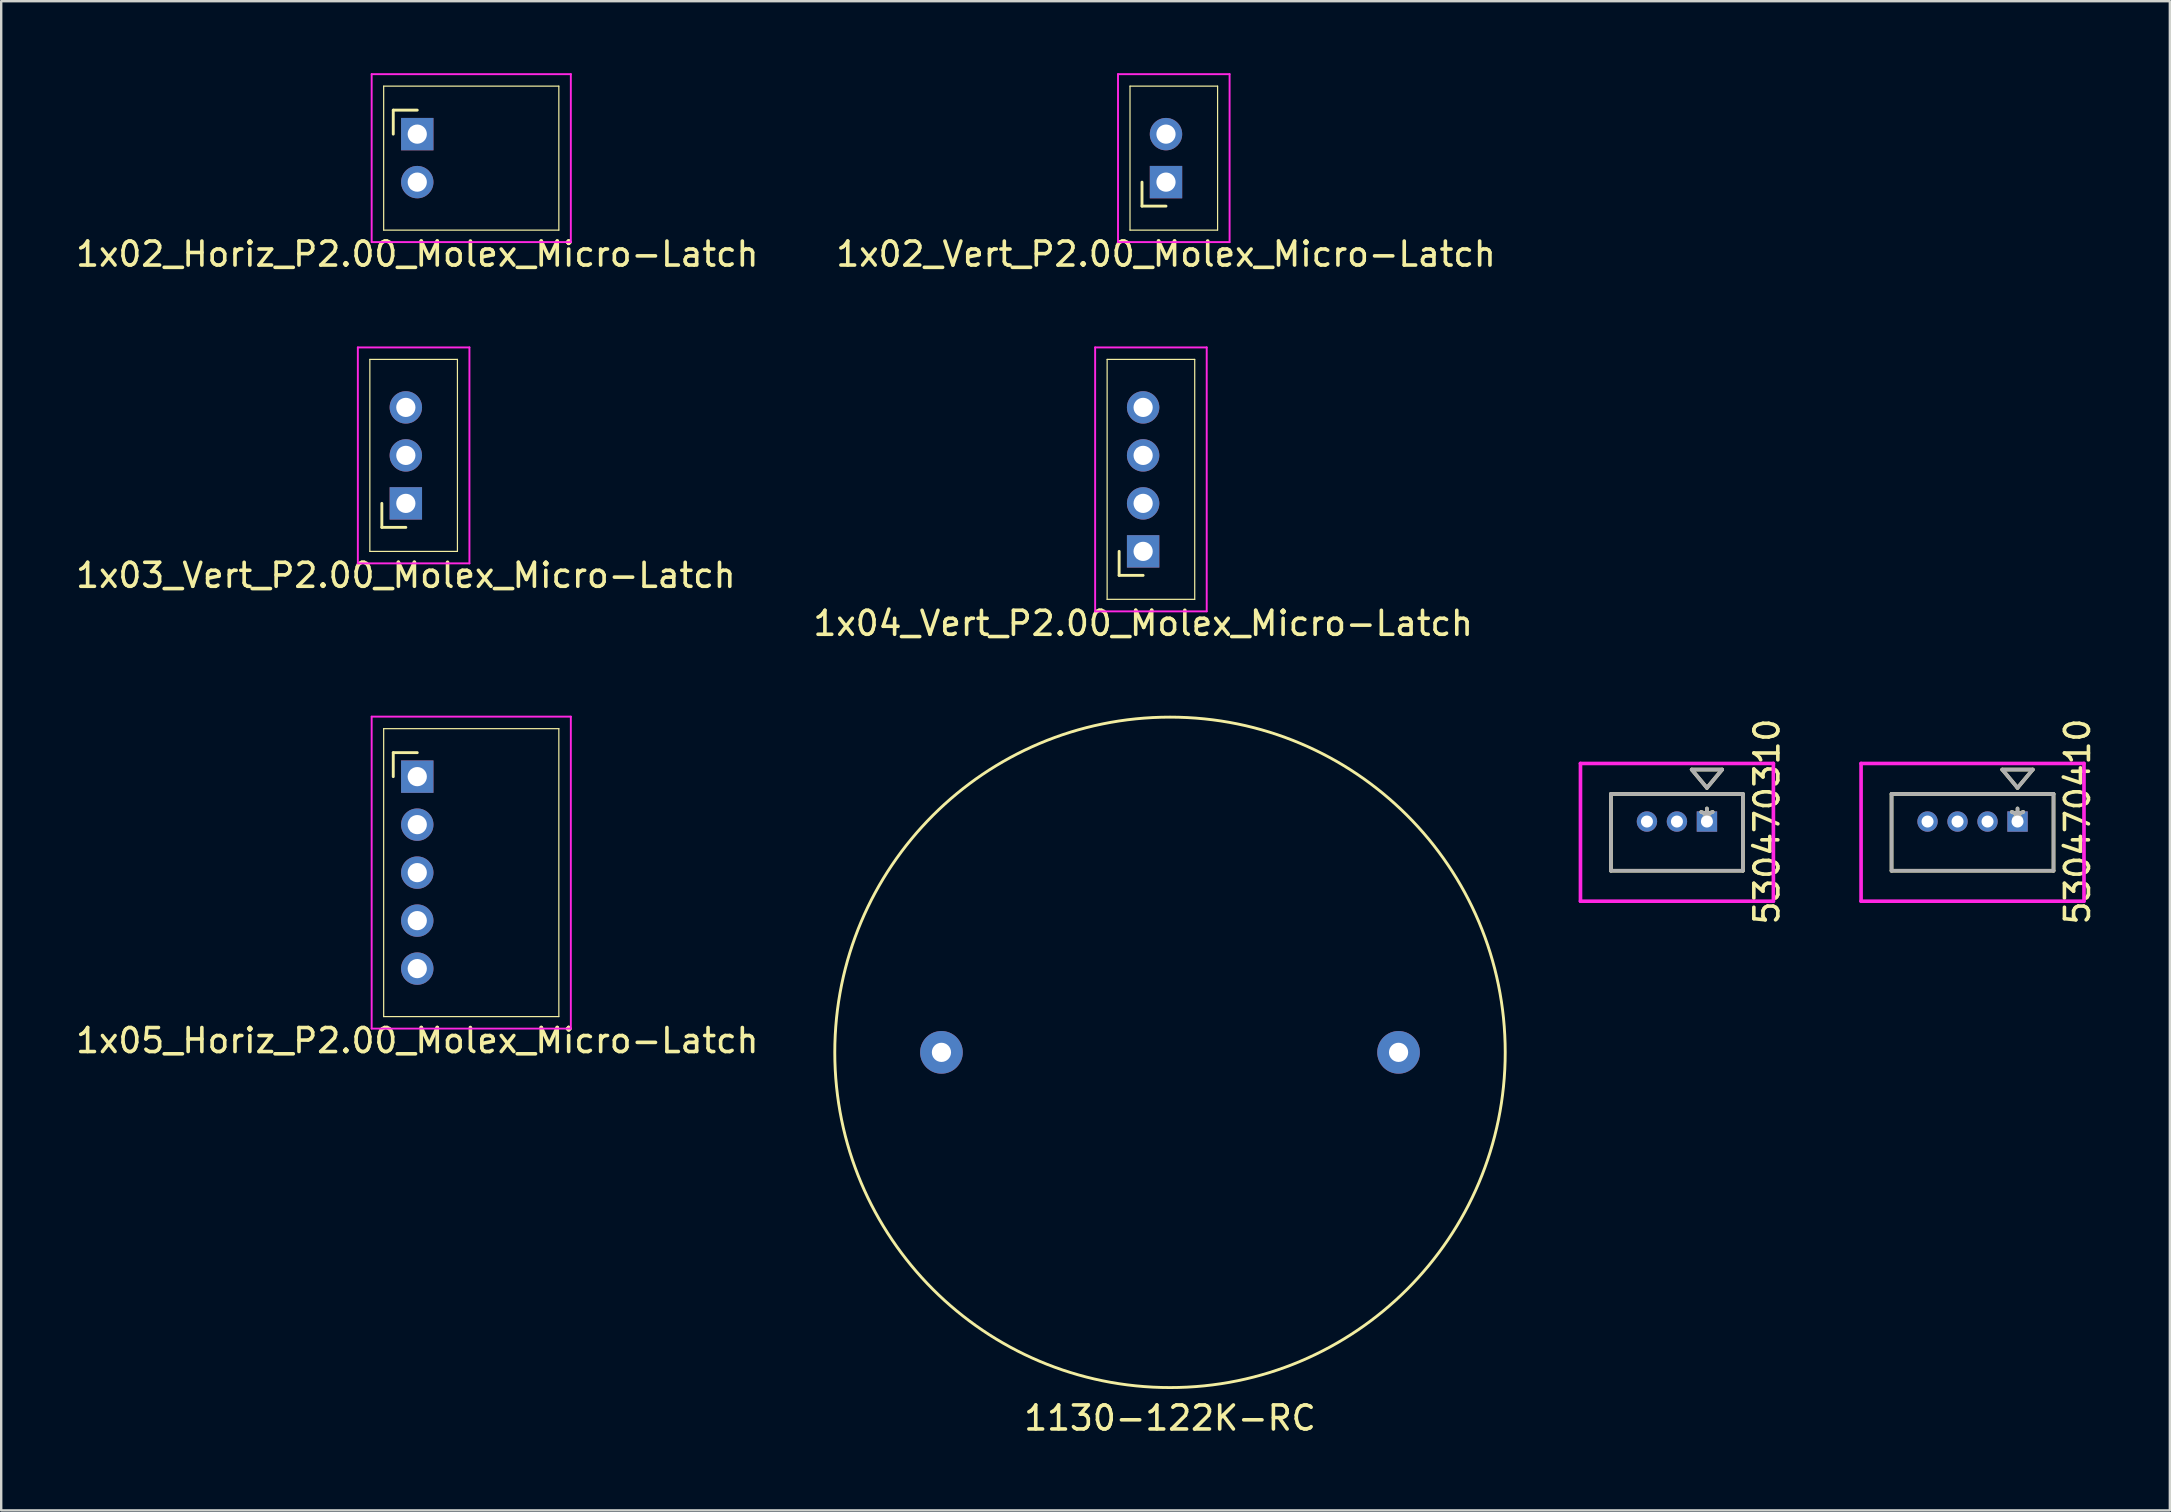
<source format=kicad_pcb>
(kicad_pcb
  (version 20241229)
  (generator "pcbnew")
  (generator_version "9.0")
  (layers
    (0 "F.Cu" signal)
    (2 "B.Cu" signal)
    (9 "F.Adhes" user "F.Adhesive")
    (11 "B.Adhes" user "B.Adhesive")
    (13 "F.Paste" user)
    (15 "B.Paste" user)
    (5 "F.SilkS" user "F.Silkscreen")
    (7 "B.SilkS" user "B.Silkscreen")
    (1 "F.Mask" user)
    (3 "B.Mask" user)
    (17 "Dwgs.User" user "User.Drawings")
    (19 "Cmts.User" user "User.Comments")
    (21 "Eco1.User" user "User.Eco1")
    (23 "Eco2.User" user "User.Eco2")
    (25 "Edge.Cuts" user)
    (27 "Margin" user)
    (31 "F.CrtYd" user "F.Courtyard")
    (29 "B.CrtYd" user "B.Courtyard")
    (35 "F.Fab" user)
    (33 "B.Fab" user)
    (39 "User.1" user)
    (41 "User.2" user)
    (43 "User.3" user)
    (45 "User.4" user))
  (footprint "1130-122K-RC"
    (layer "F.Cu")
    (at 45.709 40.806)
    (property "Reference" "1130-122K-RC" (at 0 15.24 0) (layer "F.SilkS") (effects (font (size 1 1) (thickness 0.15))))
    (attr through_hole)
    (fp_circle (center 0 0) (end 13.97 0) (stroke (width 0.12) (type solid)) (fill no) (layer "F.SilkS"))
    (pad "1" thru_hole circle (at -9.525 0) (size 1.778 1.778) (drill 0.8) (layers "*.Cu" "*.Mask"))
    (pad "2" thru_hole circle (at 9.525 0) (size 1.778 1.778) (drill 0.8) (layers "*.Cu" "*.Mask")))
  (footprint "1x05_Horiz_P2.00_Molex_Micro-Latch"
    (layer "F.Cu")
    (at 14.339 33.316)
    (property "Reference" "1x05_Horiz_P2.00_Molex_Micro-Latch" (at 0 7 0) (layer "F.SilkS") (effects (font (size 1 1) (thickness 0.15))))
    (attr through_hole)
    (fp_line (start -1.4 -6) (end -1.4 6) (stroke (width 0.05) (type solid)) (layer "F.SilkS"))
    (fp_line (start -1.4 6) (end 5.9 6) (stroke (width 0.05) (type solid)) (layer "F.SilkS"))
    (fp_line (start -1 -5) (end 0 -5) (stroke (width 0.12) (type solid)) (layer "F.SilkS"))
    (fp_line (start -1 -4) (end -1 -5) (stroke (width 0.12) (type solid)) (layer "F.SilkS"))
    (fp_line (start 5.9 -6) (end -1.4 -6) (stroke (width 0.05) (type solid)) (layer "F.SilkS"))
    (fp_line (start 5.9 6) (end 5.9 -6) (stroke (width 0.05) (type solid)) (layer "F.SilkS"))
    (fp_line (start -1.9 -6.5) (end -1.9 6.5) (stroke (width 0.08) (type solid)) (layer "F.CrtYd"))
    (fp_line (start -1.9 -6.5) (end 6.4 -6.5) (stroke (width 0.08) (type solid)) (layer "F.CrtYd"))
    (fp_line (start 6.4 6.5) (end -1.9 6.5) (stroke (width 0.08) (type solid)) (layer "F.CrtYd"))
    (fp_line (start 6.4 6.5) (end 6.4 -6.5) (stroke (width 0.08) (type solid)) (layer "F.CrtYd"))
    (fp_line (start -0.25 -4.25) (end -0.25 -3.75) (stroke (width 0.1) (type solid)) (layer "F.Fab"))
    (fp_line (start -0.25 -2.25) (end -0.25 -1.75) (stroke (width 0.1) (type solid)) (layer "F.Fab"))
    (fp_line (start -0.25 -0.25) (end -0.25 0.25) (stroke (width 0.1) (type solid)) (layer "F.Fab"))
    (fp_line (start -0.25 1.75) (end -0.25 2.25) (stroke (width 0.1) (type solid)) (layer "F.Fab"))
    (fp_line (start -0.25 3.75) (end -0.25 4.25) (stroke (width 0.1) (type solid)) (layer "F.Fab"))
    (pad "1" thru_hole rect (at 0 -4) (size 1.35 1.35) (drill 0.8) (layers "*.Cu" "*.Mask"))
    (pad "2" thru_hole oval (at 0 -2) (size 1.35 1.35) (drill 0.8) (layers "*.Cu" "*.Mask"))
    (pad "3" thru_hole oval (at 0 0) (size 1.35 1.35) (drill 0.8) (layers "*.Cu" "*.Mask"))
    (pad "4" thru_hole oval (at 0 2) (size 1.35 1.35) (drill 0.8) (layers "*.Cu" "*.Mask"))
    (pad "5" thru_hole oval (at 0 4) (size 1.35 1.35) (drill 0.8) (layers "*.Cu" "*.Mask")))
  (footprint "1x03_Vert_P2.00_Molex_Micro-Latch"
    (layer "F.Cu")
    (at 13.863 15.928)
    (property "Reference" "1x03_Vert_P2.00_Molex_Micro-Latch" (at 0 5 0) (layer "F.SilkS") (effects (font (size 1 1) (thickness 0.15))))
    (attr through_hole)
    (fp_line (start -1.5 -4) (end -1.5 4) (stroke (width 0.05) (type solid)) (layer "F.SilkS"))
    (fp_line (start -1.5 -4) (end 2.15 -4) (stroke (width 0.05) (type solid)) (layer "F.SilkS"))
    (fp_line (start -1.5 4) (end 2.15 4) (stroke (width 0.05) (type solid)) (layer "F.SilkS"))
    (fp_line (start -1 3) (end -1 2) (stroke (width 0.12) (type solid)) (layer "F.SilkS"))
    (fp_line (start -1 3) (end 0 3) (stroke (width 0.12) (type solid)) (layer "F.SilkS"))
    (fp_line (start 2.15 4) (end 2.15 -4) (stroke (width 0.05) (type solid)) (layer "F.SilkS"))
    (fp_line (start -2 -4.5) (end -2 4.5) (stroke (width 0.08) (type solid)) (layer "F.CrtYd"))
    (fp_line (start -2 -4.5) (end 2.65 -4.5) (stroke (width 0.08) (type solid)) (layer "F.CrtYd"))
    (fp_line (start 2.65 -4.5) (end 2.65 4.5) (stroke (width 0.08) (type solid)) (layer "F.CrtYd"))
    (fp_line (start 2.65 4.5) (end -2 4.5) (stroke (width 0.08) (type solid)) (layer "F.CrtYd"))
    (fp_line (start -0.25 -2.25) (end -0.25 -1.75) (stroke (width 0.1) (type solid)) (layer "F.Fab"))
    (fp_line (start -0.25 -0.25) (end -0.25 0.25) (stroke (width 0.1) (type solid)) (layer "F.Fab"))
    (fp_line (start -0.25 1.75) (end -0.25 2.25) (stroke (width 0.1) (type solid)) (layer "F.Fab"))
    (pad "1" thru_hole rect (at 0 2) (size 1.35 1.35) (drill 0.8) (layers "*.Cu" "*.Mask"))
    (pad "2" thru_hole oval (at 0 0) (size 1.35 1.35) (drill 0.8) (layers "*.Cu" "*.Mask"))
    (pad "3" thru_hole oval (at 0 -2) (size 1.35 1.35) (drill 0.8) (layers "*.Cu" "*.Mask")))
  (footprint "530470410"
    (layer "F.Cu")
    (at 81.029 31.187)
    (property "Reference" "530470410" (at 2.5 0 90) (layer "F.SilkS") (effects (font (size 1 1) (thickness 0.15))))
    (attr through_hole)
    (fp_line (start -5.25 -1.15) (end -5.25 2.05) (stroke (width 0.152) (type solid)) (layer "F.SilkS"))
    (fp_line (start -5.25 2.05) (end 1.5 2.05) (stroke (width 0.152) (type solid)) (layer "F.SilkS"))
    (fp_line (start -0.635 -2.166) (end 0 -1.404) (stroke (width 0.152) (type solid)) (layer "F.SilkS"))
    (fp_line (start 0 -1.404) (end 0.635 -2.166) (stroke (width 0.152) (type solid)) (layer "F.SilkS"))
    (fp_line (start 0.635 -2.166) (end -0.635 -2.166) (stroke (width 0.152) (type solid)) (layer "F.SilkS"))
    (fp_line (start 1.5 -1.15) (end -5.25 -1.15) (stroke (width 0.152) (type solid)) (layer "F.SilkS"))
    (fp_line (start 1.5 2.05) (end 1.5 -1.15) (stroke (width 0.152) (type solid)) (layer "F.SilkS"))
    (fp_line (start -6.52 -2.42) (end -6.52 3.32) (stroke (width 0.152) (type solid)) (layer "F.CrtYd"))
    (fp_line (start -6.52 3.32) (end 2.77 3.32) (stroke (width 0.152) (type solid)) (layer "F.CrtYd"))
    (fp_line (start 2.77 -2.42) (end -6.52 -2.42) (stroke (width 0.152) (type solid)) (layer "F.CrtYd"))
    (fp_line (start 2.77 3.32) (end 2.77 -2.42) (stroke (width 0.152) (type solid)) (layer "F.CrtYd"))
    (fp_line (start -5.25 -1.15) (end -5.25 2.05) (stroke (width 0.152) (type solid)) (layer "F.Fab"))
    (fp_line (start -5.25 2.05) (end 1.5 2.05) (stroke (width 0.152) (type solid)) (layer "F.Fab"))
    (fp_line (start -0.635 -2.166) (end 0 -1.404) (stroke (width 0.152) (type solid)) (layer "F.Fab"))
    (fp_line (start 0 -1.404) (end 0.635 -2.166) (stroke (width 0.152) (type solid)) (layer "F.Fab"))
    (fp_line (start 0.635 -2.166) (end -0.635 -2.166) (stroke (width 0.152) (type solid)) (layer "F.Fab"))
    (fp_line (start 1.5 -1.15) (end -5.25 -1.15) (stroke (width 0.152) (type solid)) (layer "F.Fab"))
    (fp_line (start 1.5 2.05) (end 1.5 -1.15) (stroke (width 0.152) (type solid)) (layer "F.Fab"))
    (fp_text user "*" (at 0 0 0) (layer "F.SilkS") (effects (font (size 1 1) (thickness 0.15))))
    (fp_text user "*" (at 0 0 0) (layer "F.Fab") (effects (font (size 1 1) (thickness 0.15))))
    (pad "1" thru_hole rect (at 0 0) (size 0.85 0.85) (drill 0.5) (layers "*.Cu" "*.Mask"))
    (pad "2" thru_hole circle (at -1.25 0) (size 0.85 0.85) (drill 0.5) (layers "*.Cu" "*.Mask"))
    (pad "3" thru_hole circle (at -2.5 0) (size 0.85 0.85) (drill 0.5) (layers "*.Cu" "*.Mask"))
    (pad "4" thru_hole circle (at -3.75 0) (size 0.85 0.85) (drill 0.5) (layers "*.Cu" "*.Mask")))
  (footprint "530470310"
    (layer "F.Cu")
    (at 68.085 31.187)
    (property "Reference" "530470310" (at 2.5 0 90) (layer "F.SilkS") (effects (font (size 1 1) (thickness 0.15))))
    (attr through_hole)
    (fp_line (start -4 -1.15) (end -4 2.05) (stroke (width 0.152) (type solid)) (layer "F.SilkS"))
    (fp_line (start -4 2.05) (end 1.5 2.05) (stroke (width 0.152) (type solid)) (layer "F.SilkS"))
    (fp_line (start -0.635 -2.166) (end 0 -1.404) (stroke (width 0.152) (type solid)) (layer "F.SilkS"))
    (fp_line (start 0 -1.404) (end 0.635 -2.166) (stroke (width 0.152) (type solid)) (layer "F.SilkS"))
    (fp_line (start 0.635 -2.166) (end -0.635 -2.166) (stroke (width 0.152) (type solid)) (layer "F.SilkS"))
    (fp_line (start 1.5 -1.15) (end -4 -1.15) (stroke (width 0.152) (type solid)) (layer "F.SilkS"))
    (fp_line (start 1.5 2.05) (end 1.5 -1.15) (stroke (width 0.152) (type solid)) (layer "F.SilkS"))
    (fp_line (start -5.27 -2.42) (end -5.27 3.32) (stroke (width 0.152) (type solid)) (layer "F.CrtYd"))
    (fp_line (start -5.27 3.32) (end 2.77 3.32) (stroke (width 0.152) (type solid)) (layer "F.CrtYd"))
    (fp_line (start 2.77 -2.42) (end -5.27 -2.42) (stroke (width 0.152) (type solid)) (layer "F.CrtYd"))
    (fp_line (start 2.77 3.32) (end 2.77 -2.42) (stroke (width 0.152) (type solid)) (layer "F.CrtYd"))
    (fp_line (start -4 -1.15) (end -4 2.05) (stroke (width 0.152) (type solid)) (layer "F.Fab"))
    (fp_line (start -4 2.05) (end 1.5 2.05) (stroke (width 0.152) (type solid)) (layer "F.Fab"))
    (fp_line (start -0.635 -2.166) (end 0 -1.404) (stroke (width 0.152) (type solid)) (layer "F.Fab"))
    (fp_line (start 0 -1.404) (end 0.635 -2.166) (stroke (width 0.152) (type solid)) (layer "F.Fab"))
    (fp_line (start 0.635 -2.166) (end -0.635 -2.166) (stroke (width 0.152) (type solid)) (layer "F.Fab"))
    (fp_line (start 1.5 -1.15) (end -4 -1.15) (stroke (width 0.152) (type solid)) (layer "F.Fab"))
    (fp_line (start 1.5 2.05) (end 1.5 -1.15) (stroke (width 0.152) (type solid)) (layer "F.Fab"))
    (fp_text user "*" (at 0 0 0) (layer "F.SilkS") (effects (font (size 1 1) (thickness 0.15))))
    (fp_text user "*" (at 0 0 0) (layer "F.Fab") (effects (font (size 1 1) (thickness 0.15))))
    (pad "1" thru_hole rect (at 0 0) (size 0.85 0.85) (drill 0.5) (layers "*.Cu" "*.Mask"))
    (pad "2" thru_hole circle (at -1.25 0) (size 0.85 0.85) (drill 0.5) (layers "*.Cu" "*.Mask"))
    (pad "3" thru_hole circle (at -2.5 0) (size 0.85 0.85) (drill 0.5) (layers "*.Cu" "*.Mask")))
  (footprint "1x02_Horiz_P2.00_Molex_Micro-Latch"
    (layer "F.Cu")
    (at 14.339 3.54)
    (property "Reference" "1x02_Horiz_P2.00_Molex_Micro-Latch" (at 0 4 0) (layer "F.SilkS") (effects (font (size 1 1) (thickness 0.15))))
    (attr through_hole)
    (fp_line (start -1.4 -3) (end -1.4 3) (stroke (width 0.05) (type solid)) (layer "F.SilkS"))
    (fp_line (start -1.4 3) (end 5.9 3) (stroke (width 0.05) (type solid)) (layer "F.SilkS"))
    (fp_line (start -1 -2) (end 0 -2) (stroke (width 0.12) (type solid)) (layer "F.SilkS"))
    (fp_line (start -1 -1) (end -1 -2) (stroke (width 0.12) (type solid)) (layer "F.SilkS"))
    (fp_line (start 5.9 -3) (end -1.4 -3) (stroke (width 0.05) (type solid)) (layer "F.SilkS"))
    (fp_line (start 5.9 3) (end 5.9 -3) (stroke (width 0.05) (type solid)) (layer "F.SilkS"))
    (fp_line (start -1.9 -3.5) (end 6.4 -3.5) (stroke (width 0.08) (type solid)) (layer "F.CrtYd"))
    (fp_line (start -1.9 3.5) (end -1.9 -3.5) (stroke (width 0.08) (type solid)) (layer "F.CrtYd"))
    (fp_line (start 6.4 -3.5) (end 6.4 3.5) (stroke (width 0.08) (type solid)) (layer "F.CrtYd"))
    (fp_line (start 6.4 3.5) (end -1.9 3.5) (stroke (width 0.08) (type solid)) (layer "F.CrtYd"))
    (fp_line (start -0.25 -1.25) (end -0.25 -0.75) (stroke (width 0.1) (type solid)) (layer "F.Fab"))
    (fp_line (start -0.25 0.75) (end -0.25 1.25) (stroke (width 0.1) (type solid)) (layer "F.Fab"))
    (pad "1" thru_hole rect (at 0 -1) (size 1.35 1.35) (drill 0.8) (layers "*.Cu" "*.Mask"))
    (pad "2" thru_hole oval (at 0 1) (size 1.35 1.35) (drill 0.8) (layers "*.Cu" "*.Mask")))
  (footprint "1x04_Vert_P2.00_Molex_Micro-Latch"
    (layer "F.Cu")
    (at 44.589 16.928)
    (property "Reference" "1x04_Vert_P2.00_Molex_Micro-Latch" (at 0 6 0) (layer "F.SilkS") (effects (font (size 1 1) (thickness 0.15))))
    (attr through_hole)
    (fp_line (start -1.5 -5) (end -1.5 5) (stroke (width 0.05) (type solid)) (layer "F.SilkS"))
    (fp_line (start -1.5 -5) (end 2.15 -5) (stroke (width 0.05) (type solid)) (layer "F.SilkS"))
    (fp_line (start -1.5 5) (end 2.15 5) (stroke (width 0.05) (type solid)) (layer "F.SilkS"))
    (fp_line (start -1 4) (end -1 3) (stroke (width 0.12) (type solid)) (layer "F.SilkS"))
    (fp_line (start -1 4) (end 0 4) (stroke (width 0.12) (type solid)) (layer "F.SilkS"))
    (fp_line (start 2.15 5) (end 2.15 -5) (stroke (width 0.05) (type solid)) (layer "F.SilkS"))
    (fp_line (start -2 -5.5) (end -2 5.5) (stroke (width 0.08) (type solid)) (layer "F.CrtYd"))
    (fp_line (start -2 -5.5) (end 2.65 -5.5) (stroke (width 0.08) (type solid)) (layer "F.CrtYd"))
    (fp_line (start -2 5.5) (end 2.65 5.5) (stroke (width 0.08) (type solid)) (layer "F.CrtYd"))
    (fp_line (start 2.65 -5.5) (end 2.65 5.5) (stroke (width 0.08) (type solid)) (layer "F.CrtYd"))
    (fp_line (start -0.25 -1.25) (end -0.25 -0.75) (stroke (width 0.1) (type solid)) (layer "F.Fab"))
    (fp_line (start -0.25 0.75) (end -0.25 1.25) (stroke (width 0.1) (type solid)) (layer "F.Fab"))
    (fp_line (start -0.25 2.75) (end -0.25 3.25) (stroke (width 0.1) (type solid)) (layer "F.Fab"))
    (pad "1" thru_hole rect (at 0 3) (size 1.35 1.35) (drill 0.8) (layers "*.Cu" "*.Mask"))
    (pad "2" thru_hole oval (at 0 1) (size 1.35 1.35) (drill 0.8) (layers "*.Cu" "*.Mask"))
    (pad "3" thru_hole oval (at 0 -1) (size 1.35 1.35) (drill 0.8) (layers "*.Cu" "*.Mask"))
    (pad "4" thru_hole oval (at 0 -3) (size 1.35 1.35) (drill 0.8) (layers "*.Cu" "*.Mask")))
  (footprint "1x02_Vert_P2.00_Molex_Micro-Latch"
    (layer "F.Cu")
    (at 45.542 3.54)
    (property "Reference" "1x02_Vert_P2.00_Molex_Micro-Latch" (at 0 4 0) (layer "F.SilkS") (effects (font (size 1 1) (thickness 0.15))))
    (attr through_hole)
    (fp_line (start -1.5 -3) (end -1.5 3) (stroke (width 0.05) (type solid)) (layer "F.SilkS"))
    (fp_line (start -1.5 -3) (end 2.15 -3) (stroke (width 0.05) (type solid)) (layer "F.SilkS"))
    (fp_line (start -1.5 3) (end 2.15 3) (stroke (width 0.05) (type solid)) (layer "F.SilkS"))
    (fp_line (start -1 2) (end -1 1) (stroke (width 0.12) (type solid)) (layer "F.SilkS"))
    (fp_line (start -1 2) (end 0 2) (stroke (width 0.12) (type solid)) (layer "F.SilkS"))
    (fp_line (start 2.15 3) (end 2.15 -3) (stroke (width 0.05) (type solid)) (layer "F.SilkS"))
    (fp_line (start -2 -3.5) (end -2 3.5) (stroke (width 0.08) (type solid)) (layer "F.CrtYd"))
    (fp_line (start -2 -3.5) (end 2.65 -3.5) (stroke (width 0.08) (type solid)) (layer "F.CrtYd"))
    (fp_line (start 2.65 3.5) (end -2 3.5) (stroke (width 0.08) (type solid)) (layer "F.CrtYd"))
    (fp_line (start 2.65 3.5) (end 2.65 -3.5) (stroke (width 0.08) (type solid)) (layer "F.CrtYd"))
    (fp_line (start -0.25 -1.25) (end -0.25 -0.75) (stroke (width 0.1) (type solid)) (layer "F.Fab"))
    (fp_line (start -0.25 0.75) (end -0.25 1.25) (stroke (width 0.1) (type solid)) (layer "F.Fab"))
    (pad "1" thru_hole rect (at 0 1) (size 1.35 1.35) (drill 0.8) (layers "*.Cu" "*.Mask"))
    (pad "2" thru_hole oval (at 0 -1) (size 1.35 1.35) (drill 0.8) (layers "*.Cu" "*.Mask")))
  (gr_rect
    (start -3 -3)
    (end 87.377 59.895)
    (stroke (width 0.1) (type default))
    (fill no)
    (layer "Edge.Cuts")))
</source>
